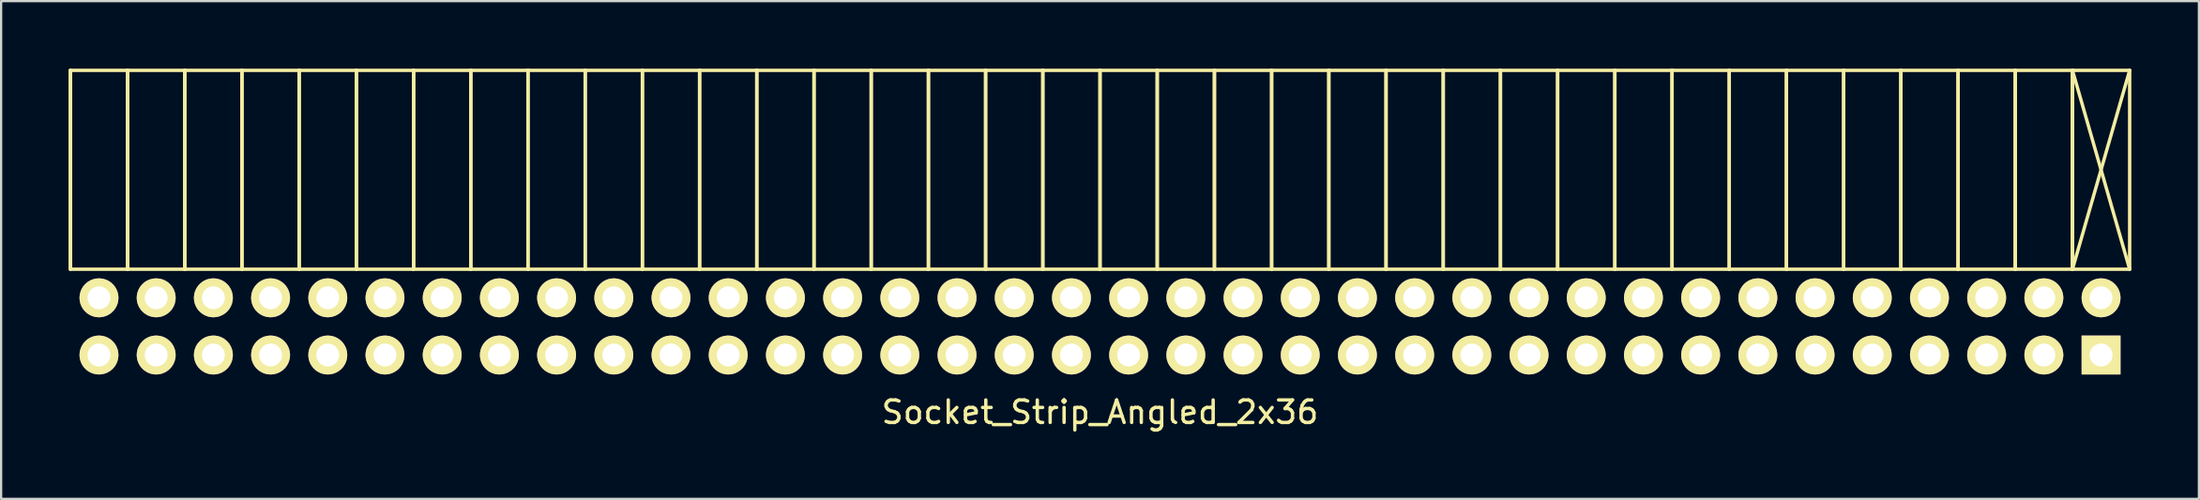
<source format=kicad_pcb>
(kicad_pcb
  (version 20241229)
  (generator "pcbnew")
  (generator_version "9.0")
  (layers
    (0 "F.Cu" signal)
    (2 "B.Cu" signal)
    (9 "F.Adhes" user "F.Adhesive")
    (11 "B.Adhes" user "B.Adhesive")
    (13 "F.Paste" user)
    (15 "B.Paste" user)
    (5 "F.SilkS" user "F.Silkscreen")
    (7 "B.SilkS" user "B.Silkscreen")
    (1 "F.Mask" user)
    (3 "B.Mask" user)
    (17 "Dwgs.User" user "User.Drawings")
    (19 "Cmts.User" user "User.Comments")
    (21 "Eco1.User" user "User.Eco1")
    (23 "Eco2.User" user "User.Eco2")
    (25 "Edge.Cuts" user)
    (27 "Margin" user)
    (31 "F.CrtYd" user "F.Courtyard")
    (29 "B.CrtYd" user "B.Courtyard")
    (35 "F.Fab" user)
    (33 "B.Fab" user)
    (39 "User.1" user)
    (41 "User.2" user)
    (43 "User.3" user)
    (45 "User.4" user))
  (footprint "Socket_Strip_Angled_2x36"
    (layer "F.Cu")
    (at 45.795 11.445)
    (property "Reference" "Socket_Strip_Angled_2x36" (at 0 3.81 0) (layer "F.SilkS") (effects (font (size 1 1) (thickness 0.15))))
    (attr through_hole)
    (fp_line (start -45.72 -11.37) (end -45.72 -2.54) (stroke (width 0.15) (type solid)) (layer "F.SilkS"))
    (fp_line (start -45.72 -2.54) (end -45.72 -11.37) (stroke (width 0.15) (type solid)) (layer "F.SilkS"))
    (fp_line (start -43.18 -11.37) (end -45.72 -11.37) (stroke (width 0.15) (type solid)) (layer "F.SilkS"))
    (fp_line (start -43.18 -11.37) (end -43.18 -2.54) (stroke (width 0.15) (type solid)) (layer "F.SilkS"))
    (fp_line (start -43.18 -2.54) (end -45.72 -2.54) (stroke (width 0.15) (type solid)) (layer "F.SilkS"))
    (fp_line (start -43.18 -2.54) (end -43.18 -11.37) (stroke (width 0.15) (type solid)) (layer "F.SilkS"))
    (fp_line (start -40.64 -11.37) (end -43.18 -11.37) (stroke (width 0.15) (type solid)) (layer "F.SilkS"))
    (fp_line (start -40.64 -11.37) (end -40.64 -2.54) (stroke (width 0.15) (type solid)) (layer "F.SilkS"))
    (fp_line (start -40.64 -2.54) (end -43.18 -2.54) (stroke (width 0.15) (type solid)) (layer "F.SilkS"))
    (fp_line (start -40.64 -2.54) (end -40.64 -11.37) (stroke (width 0.15) (type solid)) (layer "F.SilkS"))
    (fp_line (start -38.1 -11.37) (end -40.64 -11.37) (stroke (width 0.15) (type solid)) (layer "F.SilkS"))
    (fp_line (start -38.1 -11.37) (end -38.1 -2.54) (stroke (width 0.15) (type solid)) (layer "F.SilkS"))
    (fp_line (start -38.1 -2.54) (end -40.64 -2.54) (stroke (width 0.15) (type solid)) (layer "F.SilkS"))
    (fp_line (start -38.1 -2.54) (end -38.1 -11.37) (stroke (width 0.15) (type solid)) (layer "F.SilkS"))
    (fp_line (start -35.56 -11.37) (end -38.1 -11.37) (stroke (width 0.15) (type solid)) (layer "F.SilkS"))
    (fp_line (start -35.56 -11.37) (end -35.56 -2.54) (stroke (width 0.15) (type solid)) (layer "F.SilkS"))
    (fp_line (start -35.56 -2.54) (end -38.1 -2.54) (stroke (width 0.15) (type solid)) (layer "F.SilkS"))
    (fp_line (start -35.56 -2.54) (end -35.56 -11.37) (stroke (width 0.15) (type solid)) (layer "F.SilkS"))
    (fp_line (start -33.02 -11.37) (end -35.56 -11.37) (stroke (width 0.15) (type solid)) (layer "F.SilkS"))
    (fp_line (start -33.02 -11.37) (end -33.02 -2.54) (stroke (width 0.15) (type solid)) (layer "F.SilkS"))
    (fp_line (start -33.02 -2.54) (end -35.56 -2.54) (stroke (width 0.15) (type solid)) (layer "F.SilkS"))
    (fp_line (start -33.02 -2.54) (end -33.02 -11.37) (stroke (width 0.15) (type solid)) (layer "F.SilkS"))
    (fp_line (start -30.48 -11.37) (end -33.02 -11.37) (stroke (width 0.15) (type solid)) (layer "F.SilkS"))
    (fp_line (start -30.48 -11.37) (end -30.48 -2.54) (stroke (width 0.15) (type solid)) (layer "F.SilkS"))
    (fp_line (start -30.48 -2.54) (end -33.02 -2.54) (stroke (width 0.15) (type solid)) (layer "F.SilkS"))
    (fp_line (start -30.48 -2.54) (end -30.48 -11.37) (stroke (width 0.15) (type solid)) (layer "F.SilkS"))
    (fp_line (start -27.94 -11.37) (end -30.48 -11.37) (stroke (width 0.15) (type solid)) (layer "F.SilkS"))
    (fp_line (start -27.94 -11.37) (end -27.94 -2.54) (stroke (width 0.15) (type solid)) (layer "F.SilkS"))
    (fp_line (start -27.94 -2.54) (end -30.48 -2.54) (stroke (width 0.15) (type solid)) (layer "F.SilkS"))
    (fp_line (start -27.94 -2.54) (end -27.94 -11.37) (stroke (width 0.15) (type solid)) (layer "F.SilkS"))
    (fp_line (start -25.4 -11.37) (end -27.94 -11.37) (stroke (width 0.15) (type solid)) (layer "F.SilkS"))
    (fp_line (start -25.4 -11.37) (end -25.4 -2.54) (stroke (width 0.15) (type solid)) (layer "F.SilkS"))
    (fp_line (start -25.4 -2.54) (end -27.94 -2.54) (stroke (width 0.15) (type solid)) (layer "F.SilkS"))
    (fp_line (start -25.4 -2.54) (end -25.4 -11.37) (stroke (width 0.15) (type solid)) (layer "F.SilkS"))
    (fp_line (start -22.86 -11.37) (end -25.4 -11.37) (stroke (width 0.15) (type solid)) (layer "F.SilkS"))
    (fp_line (start -22.86 -11.37) (end -22.86 -2.54) (stroke (width 0.15) (type solid)) (layer "F.SilkS"))
    (fp_line (start -22.86 -2.54) (end -25.4 -2.54) (stroke (width 0.15) (type solid)) (layer "F.SilkS"))
    (fp_line (start -22.86 -2.54) (end -22.86 -11.37) (stroke (width 0.15) (type solid)) (layer "F.SilkS"))
    (fp_line (start -20.32 -11.37) (end -22.86 -11.37) (stroke (width 0.15) (type solid)) (layer "F.SilkS"))
    (fp_line (start -20.32 -11.37) (end -20.32 -2.54) (stroke (width 0.15) (type solid)) (layer "F.SilkS"))
    (fp_line (start -20.32 -2.54) (end -22.86 -2.54) (stroke (width 0.15) (type solid)) (layer "F.SilkS"))
    (fp_line (start -20.32 -2.54) (end -20.32 -11.37) (stroke (width 0.15) (type solid)) (layer "F.SilkS"))
    (fp_line (start -17.78 -11.37) (end -20.32 -11.37) (stroke (width 0.15) (type solid)) (layer "F.SilkS"))
    (fp_line (start -17.78 -11.37) (end -17.78 -2.54) (stroke (width 0.15) (type solid)) (layer "F.SilkS"))
    (fp_line (start -17.78 -2.54) (end -20.32 -2.54) (stroke (width 0.15) (type solid)) (layer "F.SilkS"))
    (fp_line (start -17.78 -2.54) (end -17.78 -11.37) (stroke (width 0.15) (type solid)) (layer "F.SilkS"))
    (fp_line (start -15.24 -11.37) (end -17.78 -11.37) (stroke (width 0.15) (type solid)) (layer "F.SilkS"))
    (fp_line (start -15.24 -11.37) (end -15.24 -2.54) (stroke (width 0.15) (type solid)) (layer "F.SilkS"))
    (fp_line (start -15.24 -2.54) (end -17.78 -2.54) (stroke (width 0.15) (type solid)) (layer "F.SilkS"))
    (fp_line (start -15.24 -2.54) (end -15.24 -11.37) (stroke (width 0.15) (type solid)) (layer "F.SilkS"))
    (fp_line (start -12.7 -11.37) (end -15.24 -11.37) (stroke (width 0.15) (type solid)) (layer "F.SilkS"))
    (fp_line (start -12.7 -11.37) (end -12.7 -2.54) (stroke (width 0.15) (type solid)) (layer "F.SilkS"))
    (fp_line (start -12.7 -2.54) (end -15.24 -2.54) (stroke (width 0.15) (type solid)) (layer "F.SilkS"))
    (fp_line (start -12.7 -2.54) (end -12.7 -11.37) (stroke (width 0.15) (type solid)) (layer "F.SilkS"))
    (fp_line (start -10.16 -11.37) (end -12.7 -11.37) (stroke (width 0.15) (type solid)) (layer "F.SilkS"))
    (fp_line (start -10.16 -11.37) (end -10.16 -2.54) (stroke (width 0.15) (type solid)) (layer "F.SilkS"))
    (fp_line (start -10.16 -2.54) (end -12.7 -2.54) (stroke (width 0.15) (type solid)) (layer "F.SilkS"))
    (fp_line (start -10.16 -2.54) (end -10.16 -11.37) (stroke (width 0.15) (type solid)) (layer "F.SilkS"))
    (fp_line (start -7.62 -11.37) (end -10.16 -11.37) (stroke (width 0.15) (type solid)) (layer "F.SilkS"))
    (fp_line (start -7.62 -11.37) (end -7.62 -2.54) (stroke (width 0.15) (type solid)) (layer "F.SilkS"))
    (fp_line (start -7.62 -2.54) (end -10.16 -2.54) (stroke (width 0.15) (type solid)) (layer "F.SilkS"))
    (fp_line (start -7.62 -2.54) (end -7.62 -11.37) (stroke (width 0.15) (type solid)) (layer "F.SilkS"))
    (fp_line (start -5.08 -11.37) (end -7.62 -11.37) (stroke (width 0.15) (type solid)) (layer "F.SilkS"))
    (fp_line (start -5.08 -11.37) (end -5.08 -2.54) (stroke (width 0.15) (type solid)) (layer "F.SilkS"))
    (fp_line (start -5.08 -2.54) (end -7.62 -2.54) (stroke (width 0.15) (type solid)) (layer "F.SilkS"))
    (fp_line (start -5.08 -2.54) (end -5.08 -11.37) (stroke (width 0.15) (type solid)) (layer "F.SilkS"))
    (fp_line (start -2.54 -11.37) (end -5.08 -11.37) (stroke (width 0.15) (type solid)) (layer "F.SilkS"))
    (fp_line (start -2.54 -11.37) (end -2.54 -2.54) (stroke (width 0.15) (type solid)) (layer "F.SilkS"))
    (fp_line (start -2.54 -2.54) (end -5.08 -2.54) (stroke (width 0.15) (type solid)) (layer "F.SilkS"))
    (fp_line (start -2.54 -2.54) (end -2.54 -11.37) (stroke (width 0.15) (type solid)) (layer "F.SilkS"))
    (fp_line (start 0 -11.37) (end -2.54 -11.37) (stroke (width 0.15) (type solid)) (layer "F.SilkS"))
    (fp_line (start 0 -11.37) (end 0 -2.54) (stroke (width 0.15) (type solid)) (layer "F.SilkS"))
    (fp_line (start 0 -2.54) (end -2.54 -2.54) (stroke (width 0.15) (type solid)) (layer "F.SilkS"))
    (fp_line (start 0 -2.54) (end 0 -11.37) (stroke (width 0.15) (type solid)) (layer "F.SilkS"))
    (fp_line (start 2.54 -11.37) (end 0 -11.37) (stroke (width 0.15) (type solid)) (layer "F.SilkS"))
    (fp_line (start 2.54 -11.37) (end 2.54 -2.54) (stroke (width 0.15) (type solid)) (layer "F.SilkS"))
    (fp_line (start 2.54 -2.54) (end 0 -2.54) (stroke (width 0.15) (type solid)) (layer "F.SilkS"))
    (fp_line (start 2.54 -2.54) (end 2.54 -11.37) (stroke (width 0.15) (type solid)) (layer "F.SilkS"))
    (fp_line (start 5.08 -11.37) (end 2.54 -11.37) (stroke (width 0.15) (type solid)) (layer "F.SilkS"))
    (fp_line (start 5.08 -11.37) (end 5.08 -2.54) (stroke (width 0.15) (type solid)) (layer "F.SilkS"))
    (fp_line (start 5.08 -2.54) (end 2.54 -2.54) (stroke (width 0.15) (type solid)) (layer "F.SilkS"))
    (fp_line (start 5.08 -2.54) (end 5.08 -11.37) (stroke (width 0.15) (type solid)) (layer "F.SilkS"))
    (fp_line (start 7.62 -11.37) (end 5.08 -11.37) (stroke (width 0.15) (type solid)) (layer "F.SilkS"))
    (fp_line (start 7.62 -11.37) (end 7.62 -2.54) (stroke (width 0.15) (type solid)) (layer "F.SilkS"))
    (fp_line (start 7.62 -2.54) (end 5.08 -2.54) (stroke (width 0.15) (type solid)) (layer "F.SilkS"))
    (fp_line (start 7.62 -2.54) (end 7.62 -11.37) (stroke (width 0.15) (type solid)) (layer "F.SilkS"))
    (fp_line (start 10.16 -11.37) (end 7.62 -11.37) (stroke (width 0.15) (type solid)) (layer "F.SilkS"))
    (fp_line (start 10.16 -11.37) (end 10.16 -2.54) (stroke (width 0.15) (type solid)) (layer "F.SilkS"))
    (fp_line (start 10.16 -2.54) (end 7.62 -2.54) (stroke (width 0.15) (type solid)) (layer "F.SilkS"))
    (fp_line (start 10.16 -2.54) (end 10.16 -11.37) (stroke (width 0.15) (type solid)) (layer "F.SilkS"))
    (fp_line (start 12.7 -11.37) (end 10.16 -11.37) (stroke (width 0.15) (type solid)) (layer "F.SilkS"))
    (fp_line (start 12.7 -11.37) (end 12.7 -2.54) (stroke (width 0.15) (type solid)) (layer "F.SilkS"))
    (fp_line (start 12.7 -2.54) (end 10.16 -2.54) (stroke (width 0.15) (type solid)) (layer "F.SilkS"))
    (fp_line (start 12.7 -2.54) (end 12.7 -11.37) (stroke (width 0.15) (type solid)) (layer "F.SilkS"))
    (fp_line (start 15.24 -11.37) (end 12.7 -11.37) (stroke (width 0.15) (type solid)) (layer "F.SilkS"))
    (fp_line (start 15.24 -11.37) (end 15.24 -2.54) (stroke (width 0.15) (type solid)) (layer "F.SilkS"))
    (fp_line (start 15.24 -2.54) (end 12.7 -2.54) (stroke (width 0.15) (type solid)) (layer "F.SilkS"))
    (fp_line (start 15.24 -2.54) (end 15.24 -11.37) (stroke (width 0.15) (type solid)) (layer "F.SilkS"))
    (fp_line (start 17.78 -11.37) (end 15.24 -11.37) (stroke (width 0.15) (type solid)) (layer "F.SilkS"))
    (fp_line (start 17.78 -11.37) (end 17.78 -2.54) (stroke (width 0.15) (type solid)) (layer "F.SilkS"))
    (fp_line (start 17.78 -2.54) (end 15.24 -2.54) (stroke (width 0.15) (type solid)) (layer "F.SilkS"))
    (fp_line (start 17.78 -2.54) (end 17.78 -11.37) (stroke (width 0.15) (type solid)) (layer "F.SilkS"))
    (fp_line (start 20.32 -11.37) (end 17.78 -11.37) (stroke (width 0.15) (type solid)) (layer "F.SilkS"))
    (fp_line (start 20.32 -11.37) (end 20.32 -2.54) (stroke (width 0.15) (type solid)) (layer "F.SilkS"))
    (fp_line (start 20.32 -2.54) (end 17.78 -2.54) (stroke (width 0.15) (type solid)) (layer "F.SilkS"))
    (fp_line (start 20.32 -2.54) (end 20.32 -11.37) (stroke (width 0.15) (type solid)) (layer "F.SilkS"))
    (fp_line (start 22.86 -11.37) (end 20.32 -11.37) (stroke (width 0.15) (type solid)) (layer "F.SilkS"))
    (fp_line (start 22.86 -11.37) (end 22.86 -2.54) (stroke (width 0.15) (type solid)) (layer "F.SilkS"))
    (fp_line (start 22.86 -2.54) (end 20.32 -2.54) (stroke (width 0.15) (type solid)) (layer "F.SilkS"))
    (fp_line (start 22.86 -2.54) (end 22.86 -11.37) (stroke (width 0.15) (type solid)) (layer "F.SilkS"))
    (fp_line (start 25.4 -11.37) (end 22.86 -11.37) (stroke (width 0.15) (type solid)) (layer "F.SilkS"))
    (fp_line (start 25.4 -11.37) (end 25.4 -2.54) (stroke (width 0.15) (type solid)) (layer "F.SilkS"))
    (fp_line (start 25.4 -2.54) (end 22.86 -2.54) (stroke (width 0.15) (type solid)) (layer "F.SilkS"))
    (fp_line (start 25.4 -2.54) (end 25.4 -11.37) (stroke (width 0.15) (type solid)) (layer "F.SilkS"))
    (fp_line (start 27.94 -11.37) (end 25.4 -11.37) (stroke (width 0.15) (type solid)) (layer "F.SilkS"))
    (fp_line (start 27.94 -11.37) (end 27.94 -2.54) (stroke (width 0.15) (type solid)) (layer "F.SilkS"))
    (fp_line (start 27.94 -2.54) (end 25.4 -2.54) (stroke (width 0.15) (type solid)) (layer "F.SilkS"))
    (fp_line (start 27.94 -2.54) (end 27.94 -11.37) (stroke (width 0.15) (type solid)) (layer "F.SilkS"))
    (fp_line (start 30.48 -11.37) (end 27.94 -11.37) (stroke (width 0.15) (type solid)) (layer "F.SilkS"))
    (fp_line (start 30.48 -11.37) (end 30.48 -2.54) (stroke (width 0.15) (type solid)) (layer "F.SilkS"))
    (fp_line (start 30.48 -2.54) (end 27.94 -2.54) (stroke (width 0.15) (type solid)) (layer "F.SilkS"))
    (fp_line (start 30.48 -2.54) (end 30.48 -11.37) (stroke (width 0.15) (type solid)) (layer "F.SilkS"))
    (fp_line (start 33.02 -11.37) (end 30.48 -11.37) (stroke (width 0.15) (type solid)) (layer "F.SilkS"))
    (fp_line (start 33.02 -11.37) (end 33.02 -2.54) (stroke (width 0.15) (type solid)) (layer "F.SilkS"))
    (fp_line (start 33.02 -2.54) (end 30.48 -2.54) (stroke (width 0.15) (type solid)) (layer "F.SilkS"))
    (fp_line (start 33.02 -2.54) (end 33.02 -11.37) (stroke (width 0.15) (type solid)) (layer "F.SilkS"))
    (fp_line (start 35.56 -11.37) (end 33.02 -11.37) (stroke (width 0.15) (type solid)) (layer "F.SilkS"))
    (fp_line (start 35.56 -11.37) (end 35.56 -2.54) (stroke (width 0.15) (type solid)) (layer "F.SilkS"))
    (fp_line (start 35.56 -2.54) (end 33.02 -2.54) (stroke (width 0.15) (type solid)) (layer "F.SilkS"))
    (fp_line (start 35.56 -2.54) (end 35.56 -11.37) (stroke (width 0.15) (type solid)) (layer "F.SilkS"))
    (fp_line (start 38.1 -11.37) (end 35.56 -11.37) (stroke (width 0.15) (type solid)) (layer "F.SilkS"))
    (fp_line (start 38.1 -11.37) (end 38.1 -2.54) (stroke (width 0.15) (type solid)) (layer "F.SilkS"))
    (fp_line (start 38.1 -2.54) (end 35.56 -2.54) (stroke (width 0.15) (type solid)) (layer "F.SilkS"))
    (fp_line (start 38.1 -2.54) (end 38.1 -11.37) (stroke (width 0.15) (type solid)) (layer "F.SilkS"))
    (fp_line (start 40.64 -11.37) (end 38.1 -11.37) (stroke (width 0.15) (type solid)) (layer "F.SilkS"))
    (fp_line (start 40.64 -11.37) (end 40.64 -2.54) (stroke (width 0.15) (type solid)) (layer "F.SilkS"))
    (fp_line (start 40.64 -2.54) (end 38.1 -2.54) (stroke (width 0.15) (type solid)) (layer "F.SilkS"))
    (fp_line (start 40.64 -2.54) (end 40.64 -11.37) (stroke (width 0.15) (type solid)) (layer "F.SilkS"))
    (fp_line (start 43.18 -11.37) (end 40.64 -11.37) (stroke (width 0.15) (type solid)) (layer "F.SilkS"))
    (fp_line (start 43.18 -11.37) (end 43.18 -2.54) (stroke (width 0.15) (type solid)) (layer "F.SilkS"))
    (fp_line (start 43.18 -2.54) (end 40.64 -2.54) (stroke (width 0.15) (type solid)) (layer "F.SilkS"))
    (fp_line (start 43.18 -2.54) (end 43.18 -11.37) (stroke (width 0.15) (type solid)) (layer "F.SilkS"))
    (fp_line (start 45.72 -11.37) (end 43.18 -11.37) (stroke (width 0.15) (type solid)) (layer "F.SilkS"))
    (fp_line (start 45.72 -11.37) (end 43.18 -2.54) (stroke (width 0.15) (type solid)) (layer "F.SilkS"))
    (fp_line (start 45.72 -2.54) (end 43.18 -11.37) (stroke (width 0.15) (type solid)) (layer "F.SilkS"))
    (fp_line (start 45.72 -2.54) (end 43.18 -2.54) (stroke (width 0.15) (type solid)) (layer "F.SilkS"))
    (fp_line (start 45.72 -2.54) (end 45.72 -11.37) (stroke (width 0.15) (type solid)) (layer "F.SilkS"))
    (pad "1" thru_hole rect (at 44.45 1.27 180) (size 1.727 1.727) (drill 1.016) (layers "*.Cu" "*.Mask" "F.SilkS"))
    (pad "2" thru_hole oval (at 44.45 -1.27 180) (size 1.727 1.727) (drill 1.016) (layers "*.Cu" "*.Mask" "F.SilkS"))
    (pad "3" thru_hole oval (at 41.91 1.27 180) (size 1.727 1.727) (drill 1.016) (layers "*.Cu" "*.Mask" "F.SilkS"))
    (pad "4" thru_hole oval (at 41.91 -1.27 180) (size 1.727 1.727) (drill 1.016) (layers "*.Cu" "*.Mask" "F.SilkS"))
    (pad "5" thru_hole oval (at 39.37 1.27 180) (size 1.727 1.727) (drill 1.016) (layers "*.Cu" "*.Mask" "F.SilkS"))
    (pad "6" thru_hole oval (at 39.37 -1.27 180) (size 1.727 1.727) (drill 1.016) (layers "*.Cu" "*.Mask" "F.SilkS"))
    (pad "7" thru_hole oval (at 36.83 1.27 180) (size 1.727 1.727) (drill 1.016) (layers "*.Cu" "*.Mask" "F.SilkS"))
    (pad "8" thru_hole oval (at 36.83 -1.27 180) (size 1.727 1.727) (drill 1.016) (layers "*.Cu" "*.Mask" "F.SilkS"))
    (pad "9" thru_hole oval (at 34.29 1.27 180) (size 1.727 1.727) (drill 1.016) (layers "*.Cu" "*.Mask" "F.SilkS"))
    (pad "10" thru_hole oval (at 34.29 -1.27 180) (size 1.727 1.727) (drill 1.016) (layers "*.Cu" "*.Mask" "F.SilkS"))
    (pad "11" thru_hole oval (at 31.75 1.27 180) (size 1.727 1.727) (drill 1.016) (layers "*.Cu" "*.Mask" "F.SilkS"))
    (pad "12" thru_hole oval (at 31.75 -1.27 180) (size 1.727 1.727) (drill 1.016) (layers "*.Cu" "*.Mask" "F.SilkS"))
    (pad "13" thru_hole oval (at 29.21 1.27 180) (size 1.727 1.727) (drill 1.016) (layers "*.Cu" "*.Mask" "F.SilkS"))
    (pad "14" thru_hole oval (at 29.21 -1.27 180) (size 1.727 1.727) (drill 1.016) (layers "*.Cu" "*.Mask" "F.SilkS"))
    (pad "15" thru_hole oval (at 26.67 1.27 180) (size 1.727 1.727) (drill 1.016) (layers "*.Cu" "*.Mask" "F.SilkS"))
    (pad "16" thru_hole oval (at 26.67 -1.27 180) (size 1.727 1.727) (drill 1.016) (layers "*.Cu" "*.Mask" "F.SilkS"))
    (pad "17" thru_hole oval (at 24.13 1.27 180) (size 1.727 1.727) (drill 1.016) (layers "*.Cu" "*.Mask" "F.SilkS"))
    (pad "18" thru_hole oval (at 24.13 -1.27 180) (size 1.727 1.727) (drill 1.016) (layers "*.Cu" "*.Mask" "F.SilkS"))
    (pad "19" thru_hole oval (at 21.59 1.27 180) (size 1.727 1.727) (drill 1.016) (layers "*.Cu" "*.Mask" "F.SilkS"))
    (pad "20" thru_hole oval (at 21.59 -1.27 180) (size 1.727 1.727) (drill 1.016) (layers "*.Cu" "*.Mask" "F.SilkS"))
    (pad "21" thru_hole oval (at 19.05 1.27 180) (size 1.727 1.727) (drill 1.016) (layers "*.Cu" "*.Mask" "F.SilkS"))
    (pad "22" thru_hole oval (at 19.05 -1.27 180) (size 1.727 1.727) (drill 1.016) (layers "*.Cu" "*.Mask" "F.SilkS"))
    (pad "23" thru_hole oval (at 16.51 1.27 180) (size 1.727 1.727) (drill 1.016) (layers "*.Cu" "*.Mask" "F.SilkS"))
    (pad "24" thru_hole oval (at 16.51 -1.27 180) (size 1.727 1.727) (drill 1.016) (layers "*.Cu" "*.Mask" "F.SilkS"))
    (pad "25" thru_hole oval (at 13.97 1.27 180) (size 1.727 1.727) (drill 1.016) (layers "*.Cu" "*.Mask" "F.SilkS"))
    (pad "26" thru_hole oval (at 13.97 -1.27 180) (size 1.727 1.727) (drill 1.016) (layers "*.Cu" "*.Mask" "F.SilkS"))
    (pad "27" thru_hole oval (at 11.43 1.27 180) (size 1.727 1.727) (drill 1.016) (layers "*.Cu" "*.Mask" "F.SilkS"))
    (pad "28" thru_hole oval (at 11.43 -1.27 180) (size 1.727 1.727) (drill 1.016) (layers "*.Cu" "*.Mask" "F.SilkS"))
    (pad "29" thru_hole oval (at 8.89 1.27 180) (size 1.727 1.727) (drill 1.016) (layers "*.Cu" "*.Mask" "F.SilkS"))
    (pad "30" thru_hole oval (at 8.89 -1.27 180) (size 1.727 1.727) (drill 1.016) (layers "*.Cu" "*.Mask" "F.SilkS"))
    (pad "31" thru_hole oval (at 6.35 1.27 180) (size 1.727 1.727) (drill 1.016) (layers "*.Cu" "*.Mask" "F.SilkS"))
    (pad "32" thru_hole oval (at 6.35 -1.27 180) (size 1.727 1.727) (drill 1.016) (layers "*.Cu" "*.Mask" "F.SilkS"))
    (pad "33" thru_hole oval (at 3.81 1.27 180) (size 1.727 1.727) (drill 1.016) (layers "*.Cu" "*.Mask" "F.SilkS"))
    (pad "34" thru_hole oval (at 3.81 -1.27 180) (size 1.727 1.727) (drill 1.016) (layers "*.Cu" "*.Mask" "F.SilkS"))
    (pad "35" thru_hole oval (at 1.27 1.27 180) (size 1.727 1.727) (drill 1.016) (layers "*.Cu" "*.Mask" "F.SilkS"))
    (pad "36" thru_hole oval (at 1.27 -1.27 180) (size 1.727 1.727) (drill 1.016) (layers "*.Cu" "*.Mask" "F.SilkS"))
    (pad "37" thru_hole oval (at -1.27 1.27 180) (size 1.727 1.727) (drill 1.016) (layers "*.Cu" "*.Mask" "F.SilkS"))
    (pad "38" thru_hole oval (at -1.27 -1.27 180) (size 1.727 1.727) (drill 1.016) (layers "*.Cu" "*.Mask" "F.SilkS"))
    (pad "39" thru_hole oval (at -3.81 1.27 180) (size 1.727 1.727) (drill 1.016) (layers "*.Cu" "*.Mask" "F.SilkS"))
    (pad "40" thru_hole oval (at -3.81 -1.27 180) (size 1.727 1.727) (drill 1.016) (layers "*.Cu" "*.Mask" "F.SilkS"))
    (pad "41" thru_hole oval (at -6.35 1.27 180) (size 1.727 1.727) (drill 1.016) (layers "*.Cu" "*.Mask" "F.SilkS"))
    (pad "42" thru_hole oval (at -6.35 -1.27 180) (size 1.727 1.727) (drill 1.016) (layers "*.Cu" "*.Mask" "F.SilkS"))
    (pad "43" thru_hole oval (at -8.89 1.27 180) (size 1.727 1.727) (drill 1.016) (layers "*.Cu" "*.Mask" "F.SilkS"))
    (pad "44" thru_hole oval (at -8.89 -1.27 180) (size 1.727 1.727) (drill 1.016) (layers "*.Cu" "*.Mask" "F.SilkS"))
    (pad "45" thru_hole oval (at -11.43 1.27 180) (size 1.727 1.727) (drill 1.016) (layers "*.Cu" "*.Mask" "F.SilkS"))
    (pad "46" thru_hole oval (at -11.43 -1.27 180) (size 1.727 1.727) (drill 1.016) (layers "*.Cu" "*.Mask" "F.SilkS"))
    (pad "47" thru_hole oval (at -13.97 1.27 180) (size 1.727 1.727) (drill 1.016) (layers "*.Cu" "*.Mask" "F.SilkS"))
    (pad "48" thru_hole oval (at -13.97 -1.27 180) (size 1.727 1.727) (drill 1.016) (layers "*.Cu" "*.Mask" "F.SilkS"))
    (pad "49" thru_hole oval (at -16.51 1.27 180) (size 1.727 1.727) (drill 1.016) (layers "*.Cu" "*.Mask" "F.SilkS"))
    (pad "50" thru_hole oval (at -16.51 -1.27 180) (size 1.727 1.727) (drill 1.016) (layers "*.Cu" "*.Mask" "F.SilkS"))
    (pad "51" thru_hole oval (at -19.05 1.27 180) (size 1.727 1.727) (drill 1.016) (layers "*.Cu" "*.Mask" "F.SilkS"))
    (pad "52" thru_hole oval (at -19.05 -1.27 180) (size 1.727 1.727) (drill 1.016) (layers "*.Cu" "*.Mask" "F.SilkS"))
    (pad "53" thru_hole oval (at -21.59 1.27 180) (size 1.727 1.727) (drill 1.016) (layers "*.Cu" "*.Mask" "F.SilkS"))
    (pad "54" thru_hole oval (at -21.59 -1.27 180) (size 1.727 1.727) (drill 1.016) (layers "*.Cu" "*.Mask" "F.SilkS"))
    (pad "55" thru_hole oval (at -24.13 1.27 180) (size 1.727 1.727) (drill 1.016) (layers "*.Cu" "*.Mask" "F.SilkS"))
    (pad "56" thru_hole oval (at -24.13 -1.27 180) (size 1.727 1.727) (drill 1.016) (layers "*.Cu" "*.Mask" "F.SilkS"))
    (pad "57" thru_hole oval (at -26.67 1.27 180) (size 1.727 1.727) (drill 1.016) (layers "*.Cu" "*.Mask" "F.SilkS"))
    (pad "58" thru_hole oval (at -26.67 -1.27 180) (size 1.727 1.727) (drill 1.016) (layers "*.Cu" "*.Mask" "F.SilkS"))
    (pad "59" thru_hole oval (at -29.21 1.27 180) (size 1.727 1.727) (drill 1.016) (layers "*.Cu" "*.Mask" "F.SilkS"))
    (pad "60" thru_hole oval (at -29.21 -1.27 180) (size 1.727 1.727) (drill 1.016) (layers "*.Cu" "*.Mask" "F.SilkS"))
    (pad "61" thru_hole oval (at -31.75 1.27 180) (size 1.727 1.727) (drill 1.016) (layers "*.Cu" "*.Mask" "F.SilkS"))
    (pad "62" thru_hole oval (at -31.75 -1.27 180) (size 1.727 1.727) (drill 1.016) (layers "*.Cu" "*.Mask" "F.SilkS"))
    (pad "63" thru_hole oval (at -34.29 1.27 180) (size 1.727 1.727) (drill 1.016) (layers "*.Cu" "*.Mask" "F.SilkS"))
    (pad "64" thru_hole oval (at -34.29 -1.27 180) (size 1.727 1.727) (drill 1.016) (layers "*.Cu" "*.Mask" "F.SilkS"))
    (pad "65" thru_hole oval (at -36.83 1.27 180) (size 1.727 1.727) (drill 1.016) (layers "*.Cu" "*.Mask" "F.SilkS"))
    (pad "66" thru_hole oval (at -36.83 -1.27 180) (size 1.727 1.727) (drill 1.016) (layers "*.Cu" "*.Mask" "F.SilkS"))
    (pad "67" thru_hole oval (at -39.37 1.27 180) (size 1.727 1.727) (drill 1.016) (layers "*.Cu" "*.Mask" "F.SilkS"))
    (pad "68" thru_hole oval (at -39.37 -1.27 180) (size 1.727 1.727) (drill 1.016) (layers "*.Cu" "*.Mask" "F.SilkS"))
    (pad "69" thru_hole oval (at -41.91 1.27 180) (size 1.727 1.727) (drill 1.016) (layers "*.Cu" "*.Mask" "F.SilkS"))
    (pad "70" thru_hole oval (at -41.91 -1.27 180) (size 1.727 1.727) (drill 1.016) (layers "*.Cu" "*.Mask" "F.SilkS"))
    (pad "71" thru_hole oval (at -44.45 1.27 180) (size 1.727 1.727) (drill 1.016) (layers "*.Cu" "*.Mask" "F.SilkS"))
    (pad "72" thru_hole oval (at -44.45 -1.27 180) (size 1.727 1.727) (drill 1.016) (layers "*.Cu" "*.Mask" "F.SilkS")))
  (gr_rect
    (start -3 -3)
    (end 94.59 19.103)
    (stroke (width 0.1) (type default))
    (fill no)
    (layer "Edge.Cuts")))
</source>
